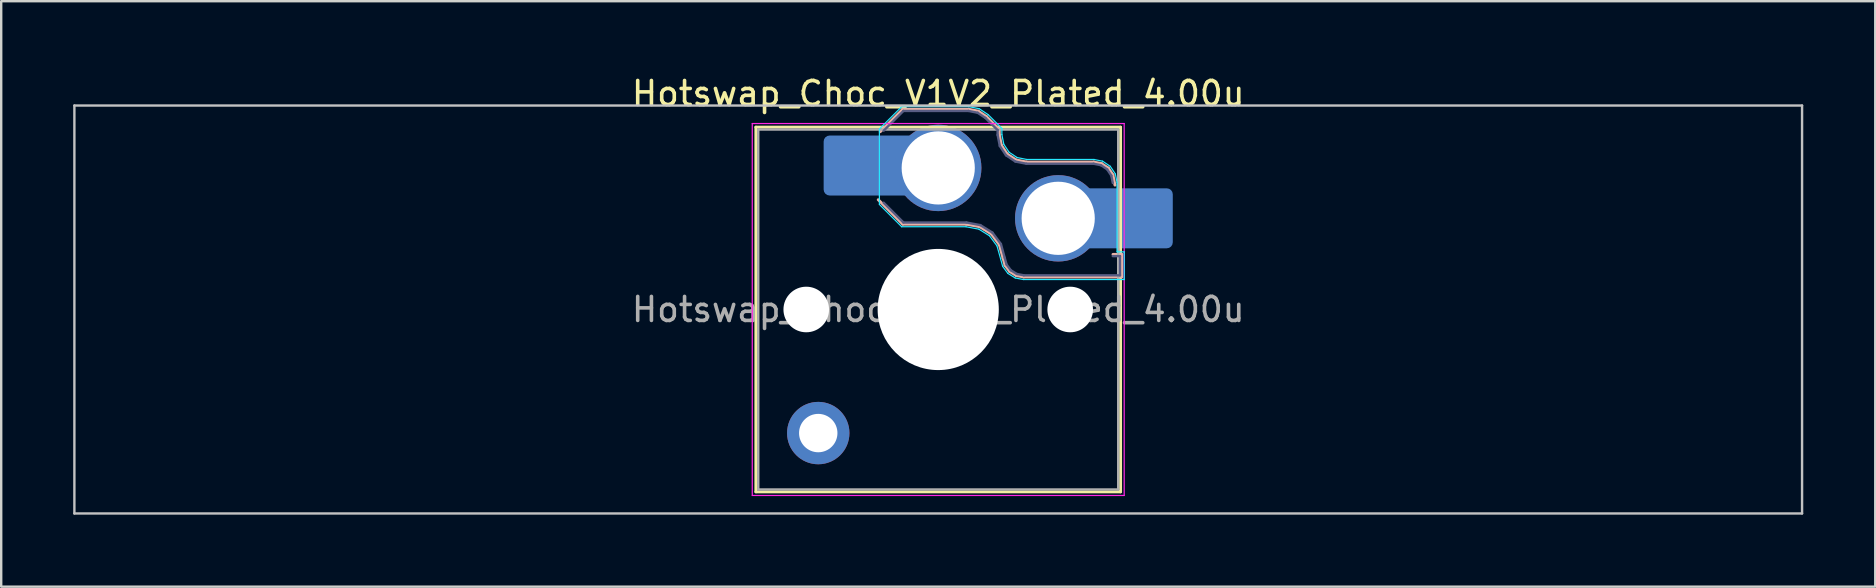
<source format=kicad_pcb>
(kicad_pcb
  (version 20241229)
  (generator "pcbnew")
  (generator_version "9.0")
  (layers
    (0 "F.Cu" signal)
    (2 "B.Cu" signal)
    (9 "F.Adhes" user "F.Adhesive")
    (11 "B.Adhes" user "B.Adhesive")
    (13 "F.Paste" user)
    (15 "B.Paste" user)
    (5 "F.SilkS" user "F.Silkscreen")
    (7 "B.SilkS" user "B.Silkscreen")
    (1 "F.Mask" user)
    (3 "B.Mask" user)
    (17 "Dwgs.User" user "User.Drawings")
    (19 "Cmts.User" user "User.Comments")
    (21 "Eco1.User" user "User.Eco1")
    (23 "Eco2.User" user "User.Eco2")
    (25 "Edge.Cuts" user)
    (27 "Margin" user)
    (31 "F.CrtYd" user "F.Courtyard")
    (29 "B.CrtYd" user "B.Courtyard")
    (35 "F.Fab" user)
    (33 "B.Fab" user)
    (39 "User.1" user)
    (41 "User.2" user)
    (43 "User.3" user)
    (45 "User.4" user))
  (footprint "Hotswap_Choc_V1V2_Plated_4.00u"
    (layer "F.Cu")
    (at 36.05 9.848)
    (property "Reference" "Hotswap_Choc_V1V2_Plated_4.00u" (at 0 -9 0) (layer "F.SilkS") (effects (font (size 1 1) (thickness 0.15))))
    (attr smd allow_soldermask_bridges)
    (fp_line (start -7.6 -7.6) (end -7.6 7.6) (stroke (width 0.12) (type solid)) (layer "F.SilkS"))
    (fp_line (start -7.6 7.6) (end 7.6 7.6) (stroke (width 0.12) (type solid)) (layer "F.SilkS"))
    (fp_line (start 7.6 -7.6) (end -7.6 -7.6) (stroke (width 0.12) (type solid)) (layer "F.SilkS"))
    (fp_line (start 7.6 7.6) (end 7.6 -7.6) (stroke (width 0.12) (type solid)) (layer "F.SilkS"))
    (fp_line (start -2.416 -7.409) (end -1.479 -8.346) (stroke (width 0.12) (type solid)) (layer "B.SilkS"))
    (fp_line (start -1.479 -8.346) (end 1.268 -8.346) (stroke (width 0.12) (type solid)) (layer "B.SilkS"))
    (fp_line (start -1.479 -3.554) (end -2.5 -4.575) (stroke (width 0.12) (type solid)) (layer "B.SilkS"))
    (fp_line (start 1.168 -3.554) (end -1.479 -3.554) (stroke (width 0.12) (type solid)) (layer "B.SilkS"))
    (fp_line (start 1.268 -8.346) (end 1.671 -8.266) (stroke (width 0.12) (type solid)) (layer "B.SilkS"))
    (fp_line (start 1.671 -8.266) (end 2.013 -8.037) (stroke (width 0.12) (type solid)) (layer "B.SilkS"))
    (fp_line (start 1.73 -3.449) (end 1.168 -3.554) (stroke (width 0.12) (type solid)) (layer "B.SilkS"))
    (fp_line (start 2.013 -8.037) (end 2.546 -7.504) (stroke (width 0.12) (type solid)) (layer "B.SilkS"))
    (fp_line (start 2.209 -3.15) (end 1.73 -3.449) (stroke (width 0.12) (type solid)) (layer "B.SilkS"))
    (fp_line (start 2.546 -7.504) (end 2.546 -7.282) (stroke (width 0.12) (type solid)) (layer "B.SilkS"))
    (fp_line (start 2.546 -7.282) (end 2.633 -6.844) (stroke (width 0.12) (type solid)) (layer "B.SilkS"))
    (fp_line (start 2.547 -2.697) (end 2.209 -3.15) (stroke (width 0.12) (type solid)) (layer "B.SilkS"))
    (fp_line (start 2.633 -6.844) (end 2.877 -6.477) (stroke (width 0.12) (type solid)) (layer "B.SilkS"))
    (fp_line (start 2.701 -2.139) (end 2.547 -2.697) (stroke (width 0.12) (type solid)) (layer "B.SilkS"))
    (fp_line (start 2.783 -1.841) (end 2.701 -2.139) (stroke (width 0.12) (type solid)) (layer "B.SilkS"))
    (fp_line (start 2.877 -6.477) (end 3.244 -6.233) (stroke (width 0.12) (type solid)) (layer "B.SilkS"))
    (fp_line (start 2.976 -1.583) (end 2.783 -1.841) (stroke (width 0.12) (type solid)) (layer "B.SilkS"))
    (fp_line (start 3.244 -6.233) (end 3.682 -6.146) (stroke (width 0.12) (type solid)) (layer "B.SilkS"))
    (fp_line (start 3.25 -1.413) (end 2.976 -1.583) (stroke (width 0.12) (type solid)) (layer "B.SilkS"))
    (fp_line (start 3.56 -1.354) (end 3.25 -1.413) (stroke (width 0.12) (type solid)) (layer "B.SilkS"))
    (fp_line (start 3.682 -6.146) (end 6.482 -6.146) (stroke (width 0.12) (type solid)) (layer "B.SilkS"))
    (fp_line (start 6.482 -6.146) (end 6.809 -6.081) (stroke (width 0.12) (type solid)) (layer "B.SilkS"))
    (fp_line (start 6.809 -6.081) (end 7.092 -5.892) (stroke (width 0.12) (type solid)) (layer "B.SilkS"))
    (fp_line (start 7.092 -5.892) (end 7.281 -5.609) (stroke (width 0.12) (type solid)) (layer "B.SilkS"))
    (fp_line (start 7.281 -5.609) (end 7.366 -5.182) (stroke (width 0.12) (type solid)) (layer "B.SilkS"))
    (fp_line (start 7.283 -2.296) (end 7.646 -2.296) (stroke (width 0.12) (type solid)) (layer "B.SilkS"))
    (fp_line (start 7.646 -2.296) (end 7.646 -1.354) (stroke (width 0.12) (type solid)) (layer "B.SilkS"))
    (fp_line (start 7.646 -1.354) (end 3.56 -1.354) (stroke (width 0.12) (type solid)) (layer "B.SilkS"))
    (fp_line (start -36 -8.5) (end -36 8.5) (stroke (width 0.1) (type solid)) (layer "Dwgs.User"))
    (fp_line (start -36 8.5) (end 36 8.5) (stroke (width 0.1) (type solid)) (layer "Dwgs.User"))
    (fp_line (start 36 -8.5) (end -36 -8.5) (stroke (width 0.1) (type solid)) (layer "Dwgs.User"))
    (fp_line (start 36 8.5) (end 36 -8.5) (stroke (width 0.1) (type solid)) (layer "Dwgs.User"))
    (fp_line (start -7.25 -7.25) (end -7.25 7.25) (stroke (width 0.1) (type solid)) (layer "Eco1.User"))
    (fp_line (start -7.25 7.25) (end 7.25 7.25) (stroke (width 0.1) (type solid)) (layer "Eco1.User"))
    (fp_line (start 7.25 -7.25) (end -7.25 -7.25) (stroke (width 0.1) (type solid)) (layer "Eco1.User"))
    (fp_line (start 7.25 7.25) (end 7.25 -7.25) (stroke (width 0.1) (type solid)) (layer "Eco1.User"))
    (fp_line (start -2.452 -7.523) (end -1.523 -8.452) (stroke (width 0.05) (type solid)) (layer "B.CrtYd"))
    (fp_line (start -2.452 -4.377) (end -2.452 -7.523) (stroke (width 0.05) (type solid)) (layer "B.CrtYd"))
    (fp_line (start -1.523 -8.452) (end 1.278 -8.452) (stroke (width 0.05) (type solid)) (layer "B.CrtYd"))
    (fp_line (start -1.523 -3.448) (end -2.452 -4.377) (stroke (width 0.05) (type solid)) (layer "B.CrtYd"))
    (fp_line (start 1.159 -3.448) (end -1.523 -3.448) (stroke (width 0.05) (type solid)) (layer "B.CrtYd"))
    (fp_line (start 1.278 -8.452) (end 1.712 -8.366) (stroke (width 0.05) (type solid)) (layer "B.CrtYd"))
    (fp_line (start 1.691 -3.348) (end 1.159 -3.448) (stroke (width 0.05) (type solid)) (layer "B.CrtYd"))
    (fp_line (start 1.712 -8.366) (end 2.081 -8.119) (stroke (width 0.05) (type solid)) (layer "B.CrtYd"))
    (fp_line (start 2.081 -8.119) (end 2.652 -7.548) (stroke (width 0.05) (type solid)) (layer "B.CrtYd"))
    (fp_line (start 2.136 -3.071) (end 1.691 -3.348) (stroke (width 0.05) (type solid)) (layer "B.CrtYd"))
    (fp_line (start 2.45 -2.65) (end 2.136 -3.071) (stroke (width 0.05) (type solid)) (layer "B.CrtYd"))
    (fp_line (start 2.599 -2.111) (end 2.45 -2.65) (stroke (width 0.05) (type solid)) (layer "B.CrtYd"))
    (fp_line (start 2.652 -7.548) (end 2.652 -7.292) (stroke (width 0.05) (type solid)) (layer "B.CrtYd"))
    (fp_line (start 2.652 -7.292) (end 2.733 -6.885) (stroke (width 0.05) (type solid)) (layer "B.CrtYd"))
    (fp_line (start 2.687 -1.794) (end 2.599 -2.111) (stroke (width 0.05) (type solid)) (layer "B.CrtYd"))
    (fp_line (start 2.733 -6.885) (end 2.953 -6.553) (stroke (width 0.05) (type solid)) (layer "B.CrtYd"))
    (fp_line (start 2.903 -1.503) (end 2.687 -1.794) (stroke (width 0.05) (type solid)) (layer "B.CrtYd"))
    (fp_line (start 2.953 -6.553) (end 3.285 -6.333) (stroke (width 0.05) (type solid)) (layer "B.CrtYd"))
    (fp_line (start 3.211 -1.312) (end 2.903 -1.503) (stroke (width 0.05) (type solid)) (layer "B.CrtYd"))
    (fp_line (start 3.285 -6.333) (end 3.692 -6.252) (stroke (width 0.05) (type solid)) (layer "B.CrtYd"))
    (fp_line (start 3.55 -1.248) (end 3.211 -1.312) (stroke (width 0.05) (type solid)) (layer "B.CrtYd"))
    (fp_line (start 3.692 -6.252) (end 6.492 -6.252) (stroke (width 0.05) (type solid)) (layer "B.CrtYd"))
    (fp_line (start 6.492 -6.252) (end 6.85 -6.181) (stroke (width 0.05) (type solid)) (layer "B.CrtYd"))
    (fp_line (start 6.85 -6.181) (end 7.168 -5.968) (stroke (width 0.05) (type solid)) (layer "B.CrtYd"))
    (fp_line (start 7.168 -5.968) (end 7.381 -5.65) (stroke (width 0.05) (type solid)) (layer "B.CrtYd"))
    (fp_line (start 7.381 -5.65) (end 7.452 -5.292) (stroke (width 0.05) (type solid)) (layer "B.CrtYd"))
    (fp_line (start 7.452 -5.292) (end 7.452 -2.402) (stroke (width 0.05) (type solid)) (layer "B.CrtYd"))
    (fp_line (start 7.452 -2.402) (end 7.752 -2.402) (stroke (width 0.05) (type solid)) (layer "B.CrtYd"))
    (fp_line (start 7.752 -2.402) (end 7.752 -1.248) (stroke (width 0.05) (type solid)) (layer "B.CrtYd"))
    (fp_line (start 7.752 -1.248) (end 3.55 -1.248) (stroke (width 0.05) (type solid)) (layer "B.CrtYd"))
    (fp_line (start -7.75 -7.75) (end -7.75 7.75) (stroke (width 0.05) (type solid)) (layer "F.CrtYd"))
    (fp_line (start -7.75 7.75) (end 7.75 7.75) (stroke (width 0.05) (type solid)) (layer "F.CrtYd"))
    (fp_line (start 7.75 -7.75) (end -7.75 -7.75) (stroke (width 0.05) (type solid)) (layer "F.CrtYd"))
    (fp_line (start 7.75 7.75) (end 7.75 -7.75) (stroke (width 0.05) (type solid)) (layer "F.CrtYd"))
    (fp_line (start -2.275 -7.45) (end -1.45 -8.275) (stroke (width 0.1) (type solid)) (layer "B.Fab"))
    (fp_line (start -1.45 -8.275) (end 1.261 -8.275) (stroke (width 0.1) (type solid)) (layer "B.Fab"))
    (fp_line (start -1.45 -3.625) (end -2.275 -4.45) (stroke (width 0.1) (type solid)) (layer "B.Fab"))
    (fp_line (start 1.175 -3.625) (end -1.45 -3.625) (stroke (width 0.1) (type solid)) (layer "B.Fab"))
    (fp_line (start 1.261 -8.275) (end 1.643 -8.199) (stroke (width 0.1) (type solid)) (layer "B.Fab"))
    (fp_line (start 1.643 -8.199) (end 1.968 -7.982) (stroke (width 0.1) (type solid)) (layer "B.Fab"))
    (fp_line (start 1.756 -3.516) (end 1.175 -3.625) (stroke (width 0.1) (type solid)) (layer "B.Fab"))
    (fp_line (start 1.968 -7.982) (end 2.475 -7.475) (stroke (width 0.1) (type solid)) (layer "B.Fab"))
    (fp_line (start 2.258 -3.203) (end 1.756 -3.516) (stroke (width 0.1) (type solid)) (layer "B.Fab"))
    (fp_line (start 2.475 -7.475) (end 2.475 -7.275) (stroke (width 0.1) (type solid)) (layer "B.Fab"))
    (fp_line (start 2.475 -7.275) (end 2.566 -6.816) (stroke (width 0.1) (type solid)) (layer "B.Fab"))
    (fp_line (start 2.566 -6.816) (end 2.826 -6.426) (stroke (width 0.1) (type solid)) (layer "B.Fab"))
    (fp_line (start 2.612 -2.729) (end 2.258 -3.203) (stroke (width 0.1) (type solid)) (layer "B.Fab"))
    (fp_line (start 2.769 -2.158) (end 2.612 -2.729) (stroke (width 0.1) (type solid)) (layer "B.Fab"))
    (fp_line (start 2.826 -6.426) (end 3.216 -6.166) (stroke (width 0.1) (type solid)) (layer "B.Fab"))
    (fp_line (start 2.848 -1.873) (end 2.769 -2.158) (stroke (width 0.1) (type solid)) (layer "B.Fab"))
    (fp_line (start 3.025 -1.636) (end 2.848 -1.873) (stroke (width 0.1) (type solid)) (layer "B.Fab"))
    (fp_line (start 3.216 -6.166) (end 3.675 -6.075) (stroke (width 0.1) (type solid)) (layer "B.Fab"))
    (fp_line (start 3.276 -1.48) (end 3.025 -1.636) (stroke (width 0.1) (type solid)) (layer "B.Fab"))
    (fp_line (start 3.567 -1.425) (end 3.276 -1.48) (stroke (width 0.1) (type solid)) (layer "B.Fab"))
    (fp_line (start 3.675 -6.075) (end 6.475 -6.075) (stroke (width 0.1) (type solid)) (layer "B.Fab"))
    (fp_line (start 6.475 -6.075) (end 6.781 -6.014) (stroke (width 0.1) (type solid)) (layer "B.Fab"))
    (fp_line (start 6.781 -6.014) (end 7.041 -5.841) (stroke (width 0.1) (type solid)) (layer "B.Fab"))
    (fp_line (start 7.041 -5.841) (end 7.214 -5.581) (stroke (width 0.1) (type solid)) (layer "B.Fab"))
    (fp_line (start 7.214 -5.581) (end 7.275 -5.275) (stroke (width 0.1) (type solid)) (layer "B.Fab"))
    (fp_line (start 7.275 -2.225) (end 7.575 -2.225) (stroke (width 0.1) (type solid)) (layer "B.Fab"))
    (fp_line (start 7.575 -2.225) (end 7.575 -1.425) (stroke (width 0.1) (type solid)) (layer "B.Fab"))
    (fp_line (start 7.575 -1.425) (end 3.567 -1.425) (stroke (width 0.1) (type solid)) (layer "B.Fab"))
    (fp_line (start -7.5 -7.5) (end -7.5 7.5) (stroke (width 0.1) (type solid)) (layer "F.Fab"))
    (fp_line (start -7.5 7.5) (end 7.5 7.5) (stroke (width 0.1) (type solid)) (layer "F.Fab"))
    (fp_line (start 7.5 -7.5) (end -7.5 -7.5) (stroke (width 0.1) (type solid)) (layer "F.Fab"))
    (fp_line (start 7.5 7.5) (end 7.5 -7.5) (stroke (width 0.1) (type solid)) (layer "F.Fab"))
    (fp_text user "${REFERENCE}" (at 0 0 0) (layer "F.Fab") (effects (font (size 1 1) (thickness 0.15))))
    (pad "" np_thru_hole circle (at -5.5 0) (size 1.9 1.9) (drill 1.9) (layers "*.Cu" "*.Mask"))
    (pad "" thru_hole circle (at -5 5.15) (size 2.6 2.6) (drill 1.6) (layers "*.Cu" "*.Mask"))
    (pad "" smd roundrect (at -3.5 -6) (size 2.55 2.5) (layers "B.Mask" "B.Paste") (roundrect_rratio 0.1))
    (pad "" np_thru_hole circle (at 0 0) (size 5.05 5.05) (drill 5.05) (layers "*.Cu" "*.Mask"))
    (pad "" np_thru_hole circle (at 5.5 0) (size 1.9 1.9) (drill 1.9) (layers "*.Cu" "*.Mask"))
    (pad "" smd roundrect (at 8.5 -3.8) (size 2.55 2.5) (layers "B.Mask" "B.Paste") (roundrect_rratio 0.1))
    (pad "1" smd roundrect (at -2.85 -6) (size 3.85 2.5) (layers "B.Cu") (roundrect_rratio 0.1))
    (pad "1" thru_hole circle (at 0 -5.9) (size 3.6 3.6) (drill 3.05) (layers "*.Cu" "*.Mask"))
    (pad "2" thru_hole circle (at 5 -3.8) (size 3.6 3.6) (drill 3.05) (layers "*.Cu" "*.Mask"))
    (pad "2" smd roundrect (at 7.85 -3.8) (size 3.85 2.5) (layers "B.Cu") (roundrect_rratio 0.1)))
  (gr_rect
    (start -3 -3)
    (end 75.1 21.398)
    (stroke (width 0.1) (type default))
    (fill no)
    (layer "Edge.Cuts")))
</source>
